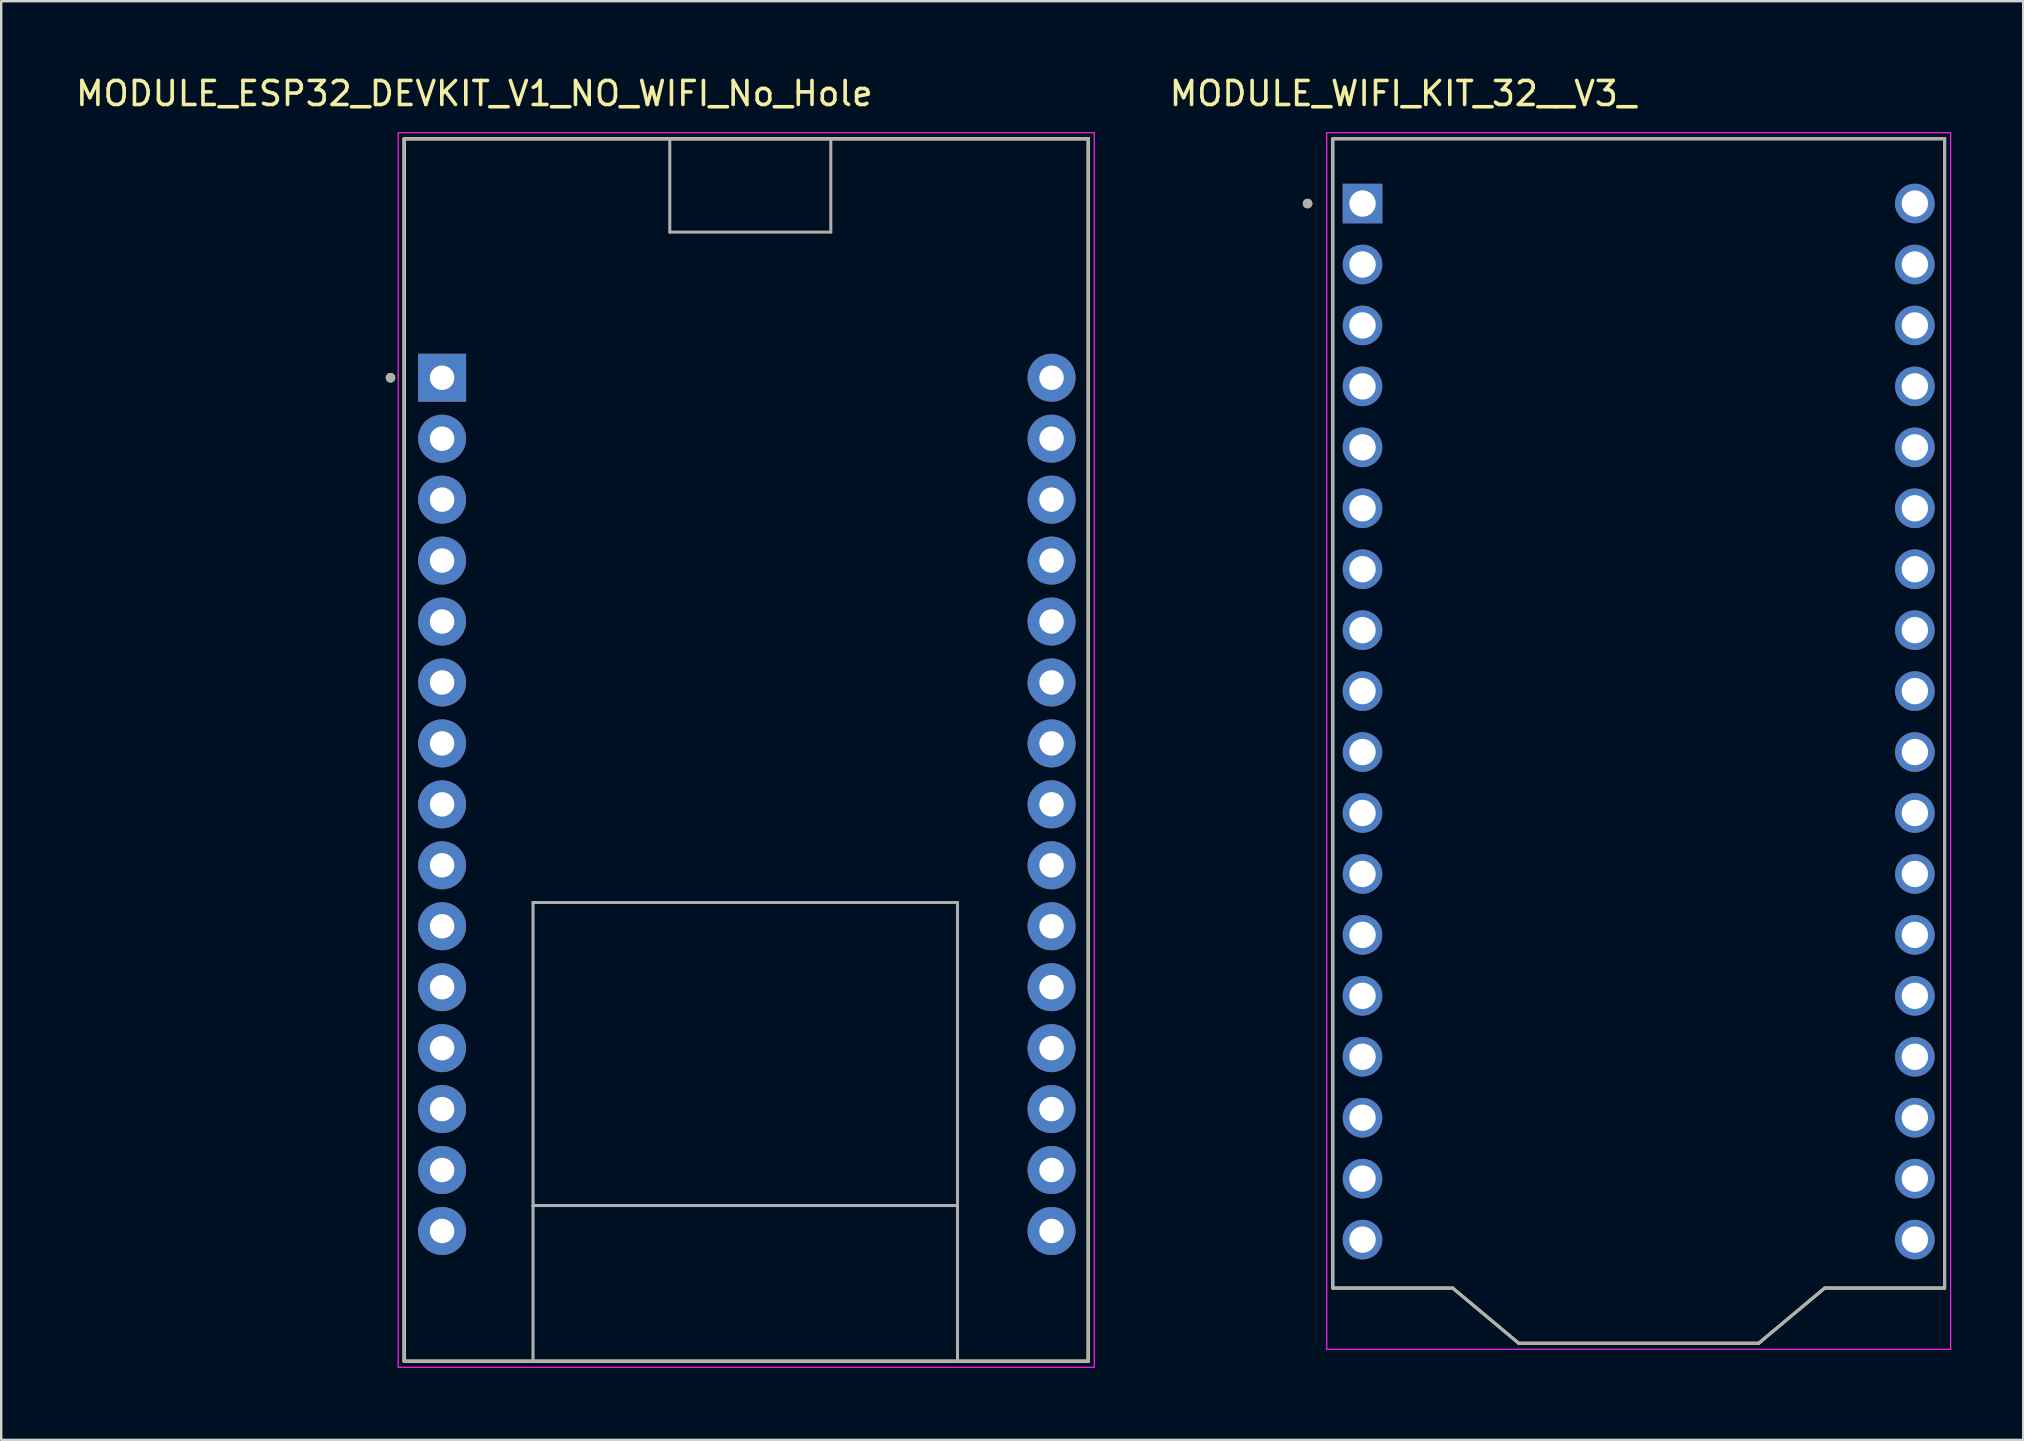
<source format=kicad_pcb>
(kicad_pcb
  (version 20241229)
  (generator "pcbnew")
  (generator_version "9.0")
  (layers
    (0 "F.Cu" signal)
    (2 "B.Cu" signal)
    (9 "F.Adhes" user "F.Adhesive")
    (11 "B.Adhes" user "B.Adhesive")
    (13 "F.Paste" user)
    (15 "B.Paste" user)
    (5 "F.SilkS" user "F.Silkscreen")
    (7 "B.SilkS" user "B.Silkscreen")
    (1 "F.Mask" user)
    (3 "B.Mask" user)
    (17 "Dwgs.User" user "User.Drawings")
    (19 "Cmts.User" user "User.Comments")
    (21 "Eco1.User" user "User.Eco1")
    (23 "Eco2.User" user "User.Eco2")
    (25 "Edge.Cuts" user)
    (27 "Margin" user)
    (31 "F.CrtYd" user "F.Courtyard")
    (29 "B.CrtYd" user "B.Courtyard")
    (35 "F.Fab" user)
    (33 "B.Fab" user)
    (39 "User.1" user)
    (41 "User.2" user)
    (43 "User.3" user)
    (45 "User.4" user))
  (footprint "MODULE_ESP32_DEVKIT_V1_NO_WIFI_No_Hole"
    (layer "F.Cu")
    (at 28.075 28.208)
    (property "Reference" "MODULE_ESP32_DEVKIT_V1_NO_WIFI_No_Hole" (at -11.355 -27.36 0) (layer "F.SilkS") (effects (font (size 1 1) (thickness 0.15))))
    (attr through_hole)
    (fp_line (start -14.28 -25.475) (end -3.211 -25.475) (stroke (width 0.127) (type solid)) (layer "F.SilkS"))
    (fp_line (start -14.28 -25.475) (end 14.23 -25.475) (stroke (width 0.127) (type solid)) (layer "F.SilkS"))
    (fp_line (start -14.28 25.475) (end -14.28 -25.475) (stroke (width 0.127) (type solid)) (layer "F.SilkS"))
    (fp_line (start -14.28 25.475) (end -14.28 -25.475) (stroke (width 0.127) (type solid)) (layer "F.SilkS"))
    (fp_line (start -14.28 25.475) (end -8.91 25.475) (stroke (width 0.127) (type solid)) (layer "F.SilkS"))
    (fp_line (start -8.91 25.475) (end 8.78 25.475) (stroke (width 0.127) (type solid)) (layer "F.SilkS"))
    (fp_line (start -3.211 -25.475) (end 3.5 -25.475) (stroke (width 0.127) (type solid)) (layer "F.SilkS"))
    (fp_line (start 3.5 -25.475) (end 14.23 -25.475) (stroke (width 0.127) (type solid)) (layer "F.SilkS"))
    (fp_line (start 8.78 25.475) (end 14.23 25.475) (stroke (width 0.127) (type solid)) (layer "F.SilkS"))
    (fp_line (start 14.23 -25.475) (end 14.23 25.475) (stroke (width 0.127) (type solid)) (layer "F.SilkS"))
    (fp_line (start 14.23 -25.475) (end 14.23 25.475) (stroke (width 0.127) (type solid)) (layer "F.SilkS"))
    (fp_line (start 14.23 25.475) (end -14.28 25.475) (stroke (width 0.127) (type solid)) (layer "F.SilkS"))
    (fp_circle (center -14.85 -15.515) (end -14.75 -15.515) (stroke (width 0.2) (type solid)) (fill no) (layer "F.SilkS"))
    (fp_line (start -14.53 -25.725) (end -14.53 25.725) (stroke (width 0.05) (type solid)) (layer "F.CrtYd"))
    (fp_line (start -14.53 25.725) (end 14.48 25.725) (stroke (width 0.05) (type solid)) (layer "F.CrtYd"))
    (fp_line (start 14.48 -25.725) (end -14.53 -25.725) (stroke (width 0.05) (type solid)) (layer "F.CrtYd"))
    (fp_line (start 14.48 25.725) (end 14.48 -25.725) (stroke (width 0.05) (type solid)) (layer "F.CrtYd"))
    (fp_line (start -14.28 -25.475) (end -3.211 -25.475) (stroke (width 0.127) (type solid)) (layer "F.Fab"))
    (fp_line (start -14.28 25.475) (end -14.28 -25.475) (stroke (width 0.127) (type solid)) (layer "F.Fab"))
    (fp_line (start -14.28 25.475) (end -8.91 25.475) (stroke (width 0.127) (type solid)) (layer "F.Fab"))
    (fp_line (start -8.91 6.355) (end 8.78 6.355) (stroke (width 0.127) (type solid)) (layer "F.Fab"))
    (fp_line (start -8.91 18.985) (end -8.91 6.355) (stroke (width 0.127) (type solid)) (layer "F.Fab"))
    (fp_line (start -8.91 18.985) (end 8.78 18.985) (stroke (width 0.127) (type solid)) (layer "F.Fab"))
    (fp_line (start -8.91 25.475) (end -8.91 18.985) (stroke (width 0.127) (type solid)) (layer "F.Fab"))
    (fp_line (start -8.91 25.475) (end 8.78 25.475) (stroke (width 0.127) (type solid)) (layer "F.Fab"))
    (fp_line (start -3.211 -25.475) (end 3.5 -25.475) (stroke (width 0.127) (type solid)) (layer "F.Fab"))
    (fp_line (start -3.211 -21.585) (end -3.211 -25.475) (stroke (width 0.127) (type solid)) (layer "F.Fab"))
    (fp_line (start 3.5 -25.475) (end 3.5 -21.585) (stroke (width 0.127) (type solid)) (layer "F.Fab"))
    (fp_line (start 3.5 -25.475) (end 14.23 -25.475) (stroke (width 0.127) (type solid)) (layer "F.Fab"))
    (fp_line (start 3.5 -21.585) (end -3.211 -21.585) (stroke (width 0.127) (type solid)) (layer "F.Fab"))
    (fp_line (start 8.78 6.355) (end 8.78 18.985) (stroke (width 0.127) (type solid)) (layer "F.Fab"))
    (fp_line (start 8.78 18.985) (end 8.78 25.475) (stroke (width 0.127) (type solid)) (layer "F.Fab"))
    (fp_line (start 8.78 25.475) (end 14.23 25.475) (stroke (width 0.127) (type solid)) (layer "F.Fab"))
    (fp_line (start 14.23 -25.475) (end 14.23 25.475) (stroke (width 0.127) (type solid)) (layer "F.Fab"))
    (fp_circle (center -14.85 -15.515) (end -14.75 -15.515) (stroke (width 0.2) (type solid)) (fill no) (layer "F.Fab"))
    (pad "1" thru_hole rect (at -12.7 -15.515) (size 2 2) (drill 1.02) (layers "*.Cu" "*.Mask"))
    (pad "2" thru_hole circle (at -12.7 -12.975) (size 2 2) (drill 1.02) (layers "*.Cu" "*.Mask"))
    (pad "3" thru_hole circle (at -12.7 -10.435) (size 2 2) (drill 1.02) (layers "*.Cu" "*.Mask"))
    (pad "4" thru_hole circle (at -12.7 -7.895) (size 2 2) (drill 1.02) (layers "*.Cu" "*.Mask"))
    (pad "5" thru_hole circle (at -12.7 -5.355) (size 2 2) (drill 1.02) (layers "*.Cu" "*.Mask"))
    (pad "6" thru_hole circle (at -12.7 -2.815) (size 2 2) (drill 1.02) (layers "*.Cu" "*.Mask"))
    (pad "7" thru_hole circle (at -12.7 -0.275) (size 2 2) (drill 1.02) (layers "*.Cu" "*.Mask"))
    (pad "8" thru_hole circle (at -12.7 2.265) (size 2 2) (drill 1.02) (layers "*.Cu" "*.Mask"))
    (pad "9" thru_hole circle (at -12.7 4.805) (size 2 2) (drill 1.02) (layers "*.Cu" "*.Mask"))
    (pad "10" thru_hole circle (at -12.7 7.345) (size 2 2) (drill 1.02) (layers "*.Cu" "*.Mask"))
    (pad "11" thru_hole circle (at -12.7 9.885) (size 2 2) (drill 1.02) (layers "*.Cu" "*.Mask"))
    (pad "12" thru_hole circle (at -12.7 12.425) (size 2 2) (drill 1.02) (layers "*.Cu" "*.Mask"))
    (pad "13" thru_hole circle (at -12.7 14.965) (size 2 2) (drill 1.02) (layers "*.Cu" "*.Mask"))
    (pad "14" thru_hole circle (at -12.7 17.505) (size 2 2) (drill 1.02) (layers "*.Cu" "*.Mask"))
    (pad "15" thru_hole circle (at -12.7 20.045) (size 2 2) (drill 1.02) (layers "*.Cu" "*.Mask"))
    (pad "16" thru_hole circle (at 12.7 20.045) (size 2 2) (drill 1.02) (layers "*.Cu" "*.Mask"))
    (pad "17" thru_hole circle (at 12.7 17.505) (size 2 2) (drill 1.02) (layers "*.Cu" "*.Mask"))
    (pad "18" thru_hole circle (at 12.7 14.965) (size 2 2) (drill 1.02) (layers "*.Cu" "*.Mask"))
    (pad "19" thru_hole circle (at 12.7 12.425) (size 2 2) (drill 1.02) (layers "*.Cu" "*.Mask"))
    (pad "20" thru_hole circle (at 12.7 9.885) (size 2 2) (drill 1.02) (layers "*.Cu" "*.Mask"))
    (pad "21" thru_hole circle (at 12.7 7.345) (size 2 2) (drill 1.02) (layers "*.Cu" "*.Mask"))
    (pad "22" thru_hole circle (at 12.7 4.805) (size 2 2) (drill 1.02) (layers "*.Cu" "*.Mask"))
    (pad "23" thru_hole circle (at 12.7 2.265) (size 2 2) (drill 1.02) (layers "*.Cu" "*.Mask"))
    (pad "24" thru_hole circle (at 12.7 -0.275) (size 2 2) (drill 1.02) (layers "*.Cu" "*.Mask"))
    (pad "25" thru_hole circle (at 12.7 -2.815) (size 2 2) (drill 1.02) (layers "*.Cu" "*.Mask"))
    (pad "26" thru_hole circle (at 12.7 -5.355) (size 2 2) (drill 1.02) (layers "*.Cu" "*.Mask"))
    (pad "27" thru_hole circle (at 12.7 -7.895) (size 2 2) (drill 1.02) (layers "*.Cu" "*.Mask"))
    (pad "28" thru_hole circle (at 12.7 -10.435) (size 2 2) (drill 1.02) (layers "*.Cu" "*.Mask"))
    (pad "29" thru_hole circle (at 12.7 -12.975) (size 2 2) (drill 1.02) (layers "*.Cu" "*.Mask"))
    (pad "30" thru_hole circle (at 12.7 -15.515) (size 2 2) (drill 1.02) (layers "*.Cu" "*.Mask")))
  (footprint "MODULE_WIFI_KIT_32__V3_"
    (layer "F.Cu")
    (at 65.245 27.833)
    (property "Reference" "MODULE_WIFI_KIT_32__V3_" (at -9.825 -26.985 0) (layer "F.SilkS") (effects (font (size 1 1) (thickness 0.15))))
    (attr through_hole)
    (fp_line (start -12.75 -25.1) (end 12.75 -25.1) (stroke (width 0.127) (type solid)) (layer "F.SilkS"))
    (fp_line (start -12.75 22.8) (end -12.75 -25.1) (stroke (width 0.127) (type solid)) (layer "F.SilkS"))
    (fp_line (start -7.75 22.8) (end -12.75 22.8) (stroke (width 0.127) (type solid)) (layer "F.SilkS"))
    (fp_line (start -7.75 22.8) (end -5 25.1) (stroke (width 0.127) (type solid)) (layer "F.SilkS"))
    (fp_line (start -5 25.1) (end 5 25.1) (stroke (width 0.127) (type solid)) (layer "F.SilkS"))
    (fp_line (start 5 25.1) (end 7.75 22.8) (stroke (width 0.127) (type solid)) (layer "F.SilkS"))
    (fp_line (start 12.75 -25.1) (end 12.75 22.8) (stroke (width 0.127) (type solid)) (layer "F.SilkS"))
    (fp_line (start 12.75 22.8) (end 7.75 22.8) (stroke (width 0.127) (type solid)) (layer "F.SilkS"))
    (fp_circle (center -13.8 -22.4) (end -13.7 -22.4) (stroke (width 0.2) (type solid)) (fill no) (layer "F.SilkS"))
    (fp_line (start -13 -25.35) (end -13 25.35) (stroke (width 0.05) (type solid)) (layer "F.CrtYd"))
    (fp_line (start -13 25.35) (end 13 25.35) (stroke (width 0.05) (type solid)) (layer "F.CrtYd"))
    (fp_line (start 13 -25.35) (end -13 -25.35) (stroke (width 0.05) (type solid)) (layer "F.CrtYd"))
    (fp_line (start 13 25.35) (end 13 -25.35) (stroke (width 0.05) (type solid)) (layer "F.CrtYd"))
    (fp_line (start -12.75 -25.1) (end 12.75 -25.1) (stroke (width 0.127) (type solid)) (layer "F.Fab"))
    (fp_line (start -12.75 22.8) (end -12.75 -25.1) (stroke (width 0.127) (type solid)) (layer "F.Fab"))
    (fp_line (start -7.75 22.8) (end -12.75 22.8) (stroke (width 0.127) (type solid)) (layer "F.Fab"))
    (fp_line (start -7.75 22.8) (end -5 25.1) (stroke (width 0.127) (type solid)) (layer "F.Fab"))
    (fp_line (start -5 25.1) (end 5 25.1) (stroke (width 0.127) (type solid)) (layer "F.Fab"))
    (fp_line (start 5 25.1) (end 7.75 22.8) (stroke (width 0.127) (type solid)) (layer "F.Fab"))
    (fp_line (start 12.75 -25.1) (end 12.75 22.8) (stroke (width 0.127) (type solid)) (layer "F.Fab"))
    (fp_line (start 12.75 22.8) (end 7.75 22.8) (stroke (width 0.127) (type solid)) (layer "F.Fab"))
    (fp_circle (center -13.8 -22.4) (end -13.7 -22.4) (stroke (width 0.2) (type solid)) (fill no) (layer "F.Fab"))
    (pad "J2_1" thru_hole rect (at -11.51 -22.4) (size 1.65 1.65) (drill 1.1) (layers "*.Cu" "*.Mask"))
    (pad "J2_2" thru_hole circle (at -11.51 -19.86) (size 1.65 1.65) (drill 1.1) (layers "*.Cu" "*.Mask"))
    (pad "J2_3" thru_hole circle (at -11.51 -17.32) (size 1.65 1.65) (drill 1.1) (layers "*.Cu" "*.Mask"))
    (pad "J2_4" thru_hole circle (at -11.51 -14.78) (size 1.65 1.65) (drill 1.1) (layers "*.Cu" "*.Mask"))
    (pad "J2_5" thru_hole circle (at -11.51 -12.24) (size 1.65 1.65) (drill 1.1) (layers "*.Cu" "*.Mask"))
    (pad "J2_6" thru_hole circle (at -11.51 -9.7) (size 1.65 1.65) (drill 1.1) (layers "*.Cu" "*.Mask"))
    (pad "J2_7" thru_hole circle (at -11.51 -7.16) (size 1.65 1.65) (drill 1.1) (layers "*.Cu" "*.Mask"))
    (pad "J2_8" thru_hole circle (at -11.51 -4.62) (size 1.65 1.65) (drill 1.1) (layers "*.Cu" "*.Mask"))
    (pad "J2_9" thru_hole circle (at -11.51 -2.08) (size 1.65 1.65) (drill 1.1) (layers "*.Cu" "*.Mask"))
    (pad "J2_10" thru_hole circle (at -11.51 0.46) (size 1.65 1.65) (drill 1.1) (layers "*.Cu" "*.Mask"))
    (pad "J2_11" thru_hole circle (at -11.51 3) (size 1.65 1.65) (drill 1.1) (layers "*.Cu" "*.Mask"))
    (pad "J2_12" thru_hole circle (at -11.51 5.54) (size 1.65 1.65) (drill 1.1) (layers "*.Cu" "*.Mask"))
    (pad "J2_13" thru_hole circle (at -11.51 8.08) (size 1.65 1.65) (drill 1.1) (layers "*.Cu" "*.Mask"))
    (pad "J2_14" thru_hole circle (at -11.51 10.62) (size 1.65 1.65) (drill 1.1) (layers "*.Cu" "*.Mask"))
    (pad "J2_15" thru_hole circle (at -11.51 13.16) (size 1.65 1.65) (drill 1.1) (layers "*.Cu" "*.Mask"))
    (pad "J2_16" thru_hole circle (at -11.51 15.7) (size 1.65 1.65) (drill 1.1) (layers "*.Cu" "*.Mask"))
    (pad "J2_17" thru_hole circle (at -11.51 18.24) (size 1.65 1.65) (drill 1.1) (layers "*.Cu" "*.Mask"))
    (pad "J2_18" thru_hole circle (at -11.51 20.78) (size 1.65 1.65) (drill 1.1) (layers "*.Cu" "*.Mask"))
    (pad "J3_1" thru_hole circle (at 11.51 -22.4) (size 1.65 1.65) (drill 1.1) (layers "*.Cu" "*.Mask"))
    (pad "J3_2" thru_hole circle (at 11.51 -19.86) (size 1.65 1.65) (drill 1.1) (layers "*.Cu" "*.Mask"))
    (pad "J3_3" thru_hole circle (at 11.51 -17.32) (size 1.65 1.65) (drill 1.1) (layers "*.Cu" "*.Mask"))
    (pad "J3_4" thru_hole circle (at 11.51 -14.78) (size 1.65 1.65) (drill 1.1) (layers "*.Cu" "*.Mask"))
    (pad "J3_5" thru_hole circle (at 11.51 -12.24) (size 1.65 1.65) (drill 1.1) (layers "*.Cu" "*.Mask"))
    (pad "J3_6" thru_hole circle (at 11.51 -9.7) (size 1.65 1.65) (drill 1.1) (layers "*.Cu" "*.Mask"))
    (pad "J3_7" thru_hole circle (at 11.51 -7.16) (size 1.65 1.65) (drill 1.1) (layers "*.Cu" "*.Mask"))
    (pad "J3_8" thru_hole circle (at 11.51 -4.62) (size 1.65 1.65) (drill 1.1) (layers "*.Cu" "*.Mask"))
    (pad "J3_9" thru_hole circle (at 11.51 -2.08) (size 1.65 1.65) (drill 1.1) (layers "*.Cu" "*.Mask"))
    (pad "J3_10" thru_hole circle (at 11.51 0.46) (size 1.65 1.65) (drill 1.1) (layers "*.Cu" "*.Mask"))
    (pad "J3_11" thru_hole circle (at 11.51 3) (size 1.65 1.65) (drill 1.1) (layers "*.Cu" "*.Mask"))
    (pad "J3_12" thru_hole circle (at 11.51 5.54) (size 1.65 1.65) (drill 1.1) (layers "*.Cu" "*.Mask"))
    (pad "J3_13" thru_hole circle (at 11.51 8.08) (size 1.65 1.65) (drill 1.1) (layers "*.Cu" "*.Mask"))
    (pad "J3_14" thru_hole circle (at 11.51 10.62) (size 1.65 1.65) (drill 1.1) (layers "*.Cu" "*.Mask"))
    (pad "J3_15" thru_hole circle (at 11.51 13.16) (size 1.65 1.65) (drill 1.1) (layers "*.Cu" "*.Mask"))
    (pad "J3_16" thru_hole circle (at 11.51 15.7) (size 1.65 1.65) (drill 1.1) (layers "*.Cu" "*.Mask"))
    (pad "J3_17" thru_hole circle (at 11.51 18.24) (size 1.65 1.65) (drill 1.1) (layers "*.Cu" "*.Mask"))
    (pad "J3_18" thru_hole circle (at 11.51 20.78) (size 1.65 1.65) (drill 1.1) (layers "*.Cu" "*.Mask")))
  (gr_rect
    (start -3 -3)
    (end 81.27 56.958)
    (stroke (width 0.1) (type default))
    (fill no)
    (layer "Edge.Cuts")))
</source>
